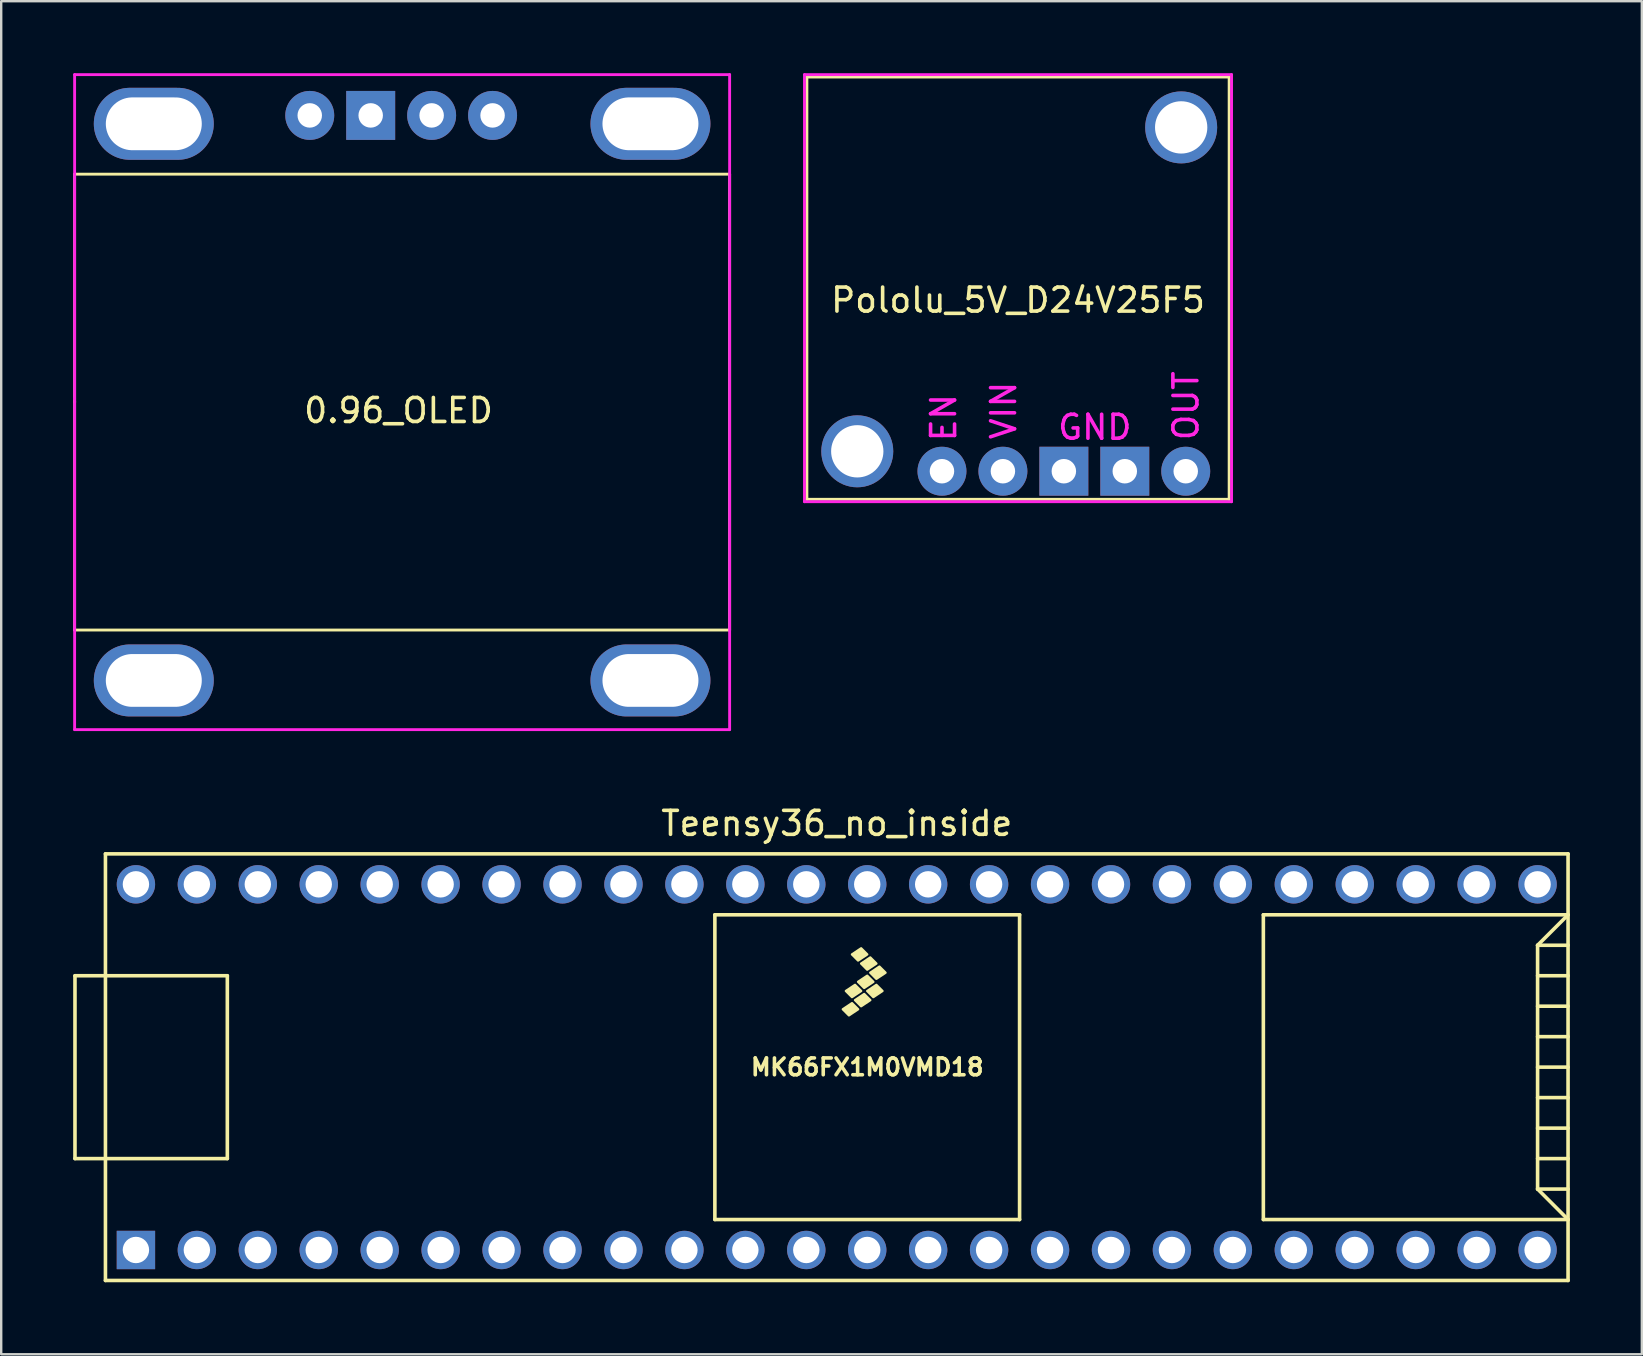
<source format=kicad_pcb>
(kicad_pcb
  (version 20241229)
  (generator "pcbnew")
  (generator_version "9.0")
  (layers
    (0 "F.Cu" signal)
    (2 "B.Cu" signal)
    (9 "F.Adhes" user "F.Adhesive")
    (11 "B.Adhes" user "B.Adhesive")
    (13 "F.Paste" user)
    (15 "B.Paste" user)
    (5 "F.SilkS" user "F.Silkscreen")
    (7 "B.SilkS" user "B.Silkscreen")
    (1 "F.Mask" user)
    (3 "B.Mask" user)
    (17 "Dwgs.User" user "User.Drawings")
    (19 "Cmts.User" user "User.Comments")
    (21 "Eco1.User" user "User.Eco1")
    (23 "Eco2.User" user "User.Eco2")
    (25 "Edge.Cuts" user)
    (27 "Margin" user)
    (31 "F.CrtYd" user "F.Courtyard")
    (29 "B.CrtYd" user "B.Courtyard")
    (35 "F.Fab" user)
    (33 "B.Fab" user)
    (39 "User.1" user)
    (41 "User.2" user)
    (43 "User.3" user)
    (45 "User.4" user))
  (footprint "0.96_OLED"
    (layer "F.Cu")
    (at 13.56 13.56)
    (property "Reference" "0.96_OLED" (at 0 0.5 0) (layer "F.SilkS") (effects (font (size 1 1) (thickness 0.15))))
    (attr through_hole)
    (fp_line (start -13.5 -9.35) (end 13.8 -9.35) (stroke (width 0.12) (type solid)) (layer "F.SilkS"))
    (fp_line (start -13.5 0.1) (end -13.5 0.15) (stroke (width 0.12) (type solid)) (layer "F.SilkS"))
    (fp_line (start -13.5 0.15) (end -13.5 -9.35) (stroke (width 0.12) (type solid)) (layer "F.SilkS"))
    (fp_line (start -13.5 9.65) (end -13.5 0.15) (stroke (width 0.12) (type solid)) (layer "F.SilkS"))
    (fp_line (start 13.8 -9.35) (end 13.8 9.65) (stroke (width 0.12) (type solid)) (layer "F.SilkS"))
    (fp_line (start 13.8 9.65) (end -13.5 9.65) (stroke (width 0.12) (type solid)) (layer "F.SilkS"))
    (fp_line (start -13.5 -13.5) (end 13.8 -13.5) (stroke (width 0.12) (type solid)) (layer "F.CrtYd"))
    (fp_line (start -13.5 0) (end -13.5 -13.5) (stroke (width 0.12) (type solid)) (layer "F.CrtYd"))
    (fp_line (start -13.5 13.8) (end -13.5 0) (stroke (width 0.12) (type solid)) (layer "F.CrtYd"))
    (fp_line (start 13.8 -13.5) (end 13.8 13.8) (stroke (width 0.12) (type solid)) (layer "F.CrtYd"))
    (fp_line (start 13.8 13.8) (end -13.5 13.8) (stroke (width 0.12) (type solid)) (layer "F.CrtYd"))
    (pad "1" thru_hole circle (at -3.7 -11.8) (size 2.04 2.04) (drill 1.02) (layers "*.Cu" "*.Mask"))
    (pad "2" thru_hole rect (at -1.16 -11.8) (size 2.04 2.04) (drill 1.02) (layers "*.Cu" "*.Mask"))
    (pad "3" thru_hole circle (at 1.38 -11.8) (size 2.04 2.04) (drill 1.02) (layers "*.Cu" "*.Mask"))
    (pad "4" thru_hole circle (at 3.92 -11.8) (size 2.04 2.04) (drill 1.02) (layers "*.Cu" "*.Mask"))
    (pad "MP" thru_hole oval (at -10.2 -11.45) (size 5 3) (drill oval 4 2.2) (layers "*.Cu" "*.Mask"))
    (pad "MP" thru_hole oval (at -10.2 11.75) (size 5 3) (drill oval 4 2.2) (layers "*.Cu" "*.Mask"))
    (pad "MP" thru_hole oval (at 10.5 -11.45) (size 5 3) (drill oval 4 2.2) (layers "*.Cu" "*.Mask"))
    (pad "MP" thru_hole oval (at 10.5 11.75) (size 5 3) (drill oval 4 2.2) (layers "*.Cu" "*.Mask")))
  (footprint "Pololu_5V_D24V25F5"
    (layer "F.Cu")
    (at 39.38 8.96)
    (property "Reference" "Pololu_5V_D24V25F5" (at 0 0.5 0) (layer "F.SilkS") (effects (font (size 1 1) (thickness 0.15))))
    (attr through_hole)
    (fp_line (start -8.8 -8.8) (end 8.8 -8.8) (stroke (width 0.12) (type solid)) (layer "F.SilkS"))
    (fp_line (start -8.8 8.8) (end -8.8 -8.8) (stroke (width 0.12) (type solid)) (layer "F.SilkS"))
    (fp_line (start 8.8 -8.8) (end 8.8 8.8) (stroke (width 0.12) (type solid)) (layer "F.SilkS"))
    (fp_line (start 8.8 8.8) (end -8.8 8.8) (stroke (width 0.12) (type solid)) (layer "F.SilkS"))
    (fp_line (start -8.9 -8.9) (end 8.9 -8.9) (stroke (width 0.12) (type solid)) (layer "F.CrtYd"))
    (fp_line (start -8.9 8.9) (end -8.9 -8.9) (stroke (width 0.12) (type solid)) (layer "F.CrtYd"))
    (fp_line (start 8.9 -8.9) (end 8.9 8.9) (stroke (width 0.12) (type solid)) (layer "F.CrtYd"))
    (fp_line (start 8.9 8.9) (end -8.9 8.9) (stroke (width 0.12) (type solid)) (layer "F.CrtYd"))
    (fp_text user "OUT" (at 7 4.9 90) (layer "F.CrtYd") (effects (font (size 1 1) (thickness 0.15))))
    (fp_text user "EN" (at -3.1 5.4 270) (layer "F.CrtYd") (effects (font (size 1 1) (thickness 0.15))))
    (fp_text user "GND" (at 3.2 5.8 0) (layer "F.CrtYd") (effects (font (size 1 1) (thickness 0.15))))
    (fp_text user "VIN" (at -0.6 5.1 90) (layer "F.CrtYd") (effects (font (size 1 1) (thickness 0.15))))
    (pad "1" thru_hole circle (at -3.17 7.63) (size 2.04 2.04) (drill 1.02) (layers "*.Cu" "*.Mask"))
    (pad "2" thru_hole circle (at -0.63 7.63) (size 2.04 2.04) (drill 1.02) (layers "*.Cu" "*.Mask"))
    (pad "3" thru_hole rect (at 1.91 7.63) (size 2.04 2.04) (drill 1.02) (layers "*.Cu" "*.Mask"))
    (pad "4" thru_hole rect (at 4.45 7.63) (size 2.04 2.04) (drill 1.02) (layers "*.Cu" "*.Mask"))
    (pad "5" thru_hole circle (at 6.99 7.63) (size 2.04 2.04) (drill 1.02) (layers "*.Cu" "*.Mask"))
    (pad "M" thru_hole circle (at -6.7 6.8) (size 3 3) (drill 2.18) (layers "*.Cu" "*.Mask"))
    (pad "M" thru_hole circle (at 6.8 -6.7) (size 3 3) (drill 2.18) (layers "*.Cu" "*.Mask")))
  (footprint "Teensy36_no_inside"
    (layer "F.Cu")
    (at 31.825 41.428)
    (property "Reference" "Teensy36_no_inside" (at 0 -10.16 0) (layer "F.SilkS") (effects (font (size 1 1) (thickness 0.15))))
    (attr through_hole)
    (fp_line (start -31.75 -3.81) (end -30.48 -3.81) (stroke (width 0.15) (type solid)) (layer "F.SilkS"))
    (fp_line (start -31.75 3.81) (end -31.75 -3.81) (stroke (width 0.15) (type solid)) (layer "F.SilkS"))
    (fp_line (start -30.48 3.81) (end -31.75 3.81) (stroke (width 0.15) (type solid)) (layer "F.SilkS"))
    (fp_line (start -30.48 8.89) (end -30.48 -8.89) (stroke (width 0.15) (type solid)) (layer "F.SilkS"))
    (fp_line (start -30.48 8.89) (end 30.48 8.89) (stroke (width 0.15) (type solid)) (layer "F.SilkS"))
    (fp_line (start -25.4 -3.81) (end -30.48 -3.81) (stroke (width 0.15) (type solid)) (layer "F.SilkS"))
    (fp_line (start -25.4 3.81) (end -30.48 3.81) (stroke (width 0.15) (type solid)) (layer "F.SilkS"))
    (fp_line (start -25.4 3.81) (end -25.4 -3.81) (stroke (width 0.15) (type solid)) (layer "F.SilkS"))
    (fp_line (start -5.08 -6.35) (end -5.08 6.35) (stroke (width 0.15) (type solid)) (layer "F.SilkS"))
    (fp_line (start -5.08 -6.35) (end 7.62 -6.35) (stroke (width 0.15) (type solid)) (layer "F.SilkS"))
    (fp_line (start -5.08 6.35) (end 7.62 6.35) (stroke (width 0.15) (type solid)) (layer "F.SilkS"))
    (fp_line (start 7.62 6.35) (end 7.62 -6.35) (stroke (width 0.15) (type solid)) (layer "F.SilkS"))
    (fp_line (start 17.78 -6.35) (end 17.78 6.35) (stroke (width 0.15) (type solid)) (layer "F.SilkS"))
    (fp_line (start 17.78 6.35) (end 30.48 6.35) (stroke (width 0.15) (type solid)) (layer "F.SilkS"))
    (fp_line (start 29.21 -5.08) (end 30.48 -6.35) (stroke (width 0.15) (type solid)) (layer "F.SilkS"))
    (fp_line (start 29.21 -5.08) (end 30.48 -5.08) (stroke (width 0.15) (type solid)) (layer "F.SilkS"))
    (fp_line (start 29.21 -3.81) (end 30.48 -3.81) (stroke (width 0.15) (type solid)) (layer "F.SilkS"))
    (fp_line (start 29.21 -2.54) (end 30.48 -2.54) (stroke (width 0.15) (type solid)) (layer "F.SilkS"))
    (fp_line (start 29.21 -1.27) (end 30.48 -1.27) (stroke (width 0.15) (type solid)) (layer "F.SilkS"))
    (fp_line (start 29.21 0) (end 30.48 0) (stroke (width 0.15) (type solid)) (layer "F.SilkS"))
    (fp_line (start 29.21 1.27) (end 30.48 1.27) (stroke (width 0.15) (type solid)) (layer "F.SilkS"))
    (fp_line (start 29.21 2.54) (end 30.48 2.54) (stroke (width 0.15) (type solid)) (layer "F.SilkS"))
    (fp_line (start 29.21 3.81) (end 30.48 3.81) (stroke (width 0.15) (type solid)) (layer "F.SilkS"))
    (fp_line (start 29.21 5.08) (end 29.21 -5.08) (stroke (width 0.15) (type solid)) (layer "F.SilkS"))
    (fp_line (start 29.21 5.08) (end 30.48 5.08) (stroke (width 0.15) (type solid)) (layer "F.SilkS"))
    (fp_line (start 30.48 -8.89) (end -30.48 -8.89) (stroke (width 0.15) (type solid)) (layer "F.SilkS"))
    (fp_line (start 30.48 -8.89) (end 30.48 8.89) (stroke (width 0.15) (type solid)) (layer "F.SilkS"))
    (fp_line (start 30.48 -6.35) (end 17.78 -6.35) (stroke (width 0.15) (type solid)) (layer "F.SilkS"))
    (fp_line (start 30.48 6.35) (end 29.21 5.08) (stroke (width 0.15) (type solid)) (layer "F.SilkS"))
    (fp_poly (pts (xy 0.635 -2.667) (xy 0.889 -2.413) (xy 0.508 -2.159) (xy 0.254 -2.413)) (stroke (width 0.1) (type solid)) (fill yes) (layer "F.SilkS"))
    (fp_poly (pts (xy 0.762 -3.429) (xy 1.016 -3.175) (xy 0.635 -2.921) (xy 0.381 -3.175)) (stroke (width 0.1) (type solid)) (fill yes) (layer "F.SilkS"))
    (fp_poly (pts (xy 1.016 -4.953) (xy 1.27 -4.699) (xy 0.889 -4.445) (xy 0.635 -4.699)) (stroke (width 0.1) (type solid)) (fill yes) (layer "F.SilkS"))
    (fp_poly (pts (xy 1.143 -3.048) (xy 1.397 -2.794) (xy 1.016 -2.54) (xy 0.762 -2.794)) (stroke (width 0.1) (type solid)) (fill yes) (layer "F.SilkS"))
    (fp_poly (pts (xy 1.27 -3.81) (xy 1.524 -3.556) (xy 1.143 -3.302) (xy 0.889 -3.556)) (stroke (width 0.1) (type solid)) (fill yes) (layer "F.SilkS"))
    (fp_poly (pts (xy 1.397 -4.572) (xy 1.651 -4.318) (xy 1.27 -4.064) (xy 1.016 -4.318)) (stroke (width 0.1) (type solid)) (fill yes) (layer "F.SilkS"))
    (fp_poly (pts (xy 1.651 -3.429) (xy 1.905 -3.175) (xy 1.524 -2.921) (xy 1.27 -3.175)) (stroke (width 0.1) (type solid)) (fill yes) (layer "F.SilkS"))
    (fp_poly (pts (xy 1.778 -4.191) (xy 2.032 -3.937) (xy 1.651 -3.683) (xy 1.397 -3.937)) (stroke (width 0.1) (type solid)) (fill yes) (layer "F.SilkS"))
    (fp_text user "MK66FX1M0VMD18" (at 1.27 0 0) (layer "F.SilkS") (effects (font (size 0.7 0.7) (thickness 0.15))))
    (pad "1" thru_hole rect (at -29.21 7.62) (size 1.6 1.6) (drill 1.1) (layers "*.Cu" "*.Mask"))
    (pad "2" thru_hole circle (at -26.67 7.62) (size 1.6 1.6) (drill 1.1) (layers "*.Cu" "*.Mask"))
    (pad "3" thru_hole circle (at -24.13 7.62) (size 1.6 1.6) (drill 1.1) (layers "*.Cu" "*.Mask"))
    (pad "4" thru_hole circle (at -21.59 7.62) (size 1.6 1.6) (drill 1.1) (layers "*.Cu" "*.Mask"))
    (pad "5" thru_hole circle (at -19.05 7.62) (size 1.6 1.6) (drill 1.1) (layers "*.Cu" "*.Mask"))
    (pad "6" thru_hole circle (at -16.51 7.62) (size 1.6 1.6) (drill 1.1) (layers "*.Cu" "*.Mask"))
    (pad "7" thru_hole circle (at -13.97 7.62) (size 1.6 1.6) (drill 1.1) (layers "*.Cu" "*.Mask"))
    (pad "8" thru_hole circle (at -11.43 7.62) (size 1.6 1.6) (drill 1.1) (layers "*.Cu" "*.Mask"))
    (pad "9" thru_hole circle (at -8.89 7.62) (size 1.6 1.6) (drill 1.1) (layers "*.Cu" "*.Mask"))
    (pad "10" thru_hole circle (at -6.35 7.62) (size 1.6 1.6) (drill 1.1) (layers "*.Cu" "*.Mask"))
    (pad "11" thru_hole circle (at -3.81 7.62) (size 1.6 1.6) (drill 1.1) (layers "*.Cu" "*.Mask"))
    (pad "12" thru_hole circle (at -1.27 7.62) (size 1.6 1.6) (drill 1.1) (layers "*.Cu" "*.Mask"))
    (pad "13" thru_hole circle (at 1.27 7.62) (size 1.6 1.6) (drill 1.1) (layers "*.Cu" "*.Mask"))
    (pad "14" thru_hole circle (at 3.81 7.62) (size 1.6 1.6) (drill 1.1) (layers "*.Cu" "*.Mask"))
    (pad "15" thru_hole circle (at 6.35 7.62) (size 1.6 1.6) (drill 1.1) (layers "*.Cu" "*.Mask"))
    (pad "16" thru_hole circle (at 8.89 7.62) (size 1.6 1.6) (drill 1.1) (layers "*.Cu" "*.Mask"))
    (pad "17" thru_hole circle (at 11.43 7.62) (size 1.6 1.6) (drill 1.1) (layers "*.Cu" "*.Mask"))
    (pad "18" thru_hole circle (at 13.97 7.62) (size 1.6 1.6) (drill 1.1) (layers "*.Cu" "*.Mask"))
    (pad "19" thru_hole circle (at 16.51 7.62) (size 1.6 1.6) (drill 1.1) (layers "*.Cu" "*.Mask"))
    (pad "20" thru_hole circle (at 19.05 7.62) (size 1.6 1.6) (drill 1.1) (layers "*.Cu" "*.Mask"))
    (pad "21" thru_hole circle (at 21.59 7.62) (size 1.6 1.6) (drill 1.1) (layers "*.Cu" "*.Mask"))
    (pad "22" thru_hole circle (at 24.13 7.62) (size 1.6 1.6) (drill 1.1) (layers "*.Cu" "*.Mask"))
    (pad "23" thru_hole circle (at 26.67 7.62) (size 1.6 1.6) (drill 1.1) (layers "*.Cu" "*.Mask"))
    (pad "24" thru_hole circle (at 29.21 7.62) (size 1.6 1.6) (drill 1.1) (layers "*.Cu" "*.Mask"))
    (pad "30" thru_hole circle (at 29.21 -7.62) (size 1.6 1.6) (drill 1.1) (layers "*.Cu" "*.Mask"))
    (pad "31" thru_hole circle (at 26.67 -7.62) (size 1.6 1.6) (drill 1.1) (layers "*.Cu" "*.Mask"))
    (pad "32" thru_hole circle (at 24.13 -7.62) (size 1.6 1.6) (drill 1.1) (layers "*.Cu" "*.Mask"))
    (pad "33" thru_hole circle (at 21.59 -7.62) (size 1.6 1.6) (drill 1.1) (layers "*.Cu" "*.Mask"))
    (pad "34" thru_hole circle (at 19.05 -7.62) (size 1.6 1.6) (drill 1.1) (layers "*.Cu" "*.Mask"))
    (pad "35" thru_hole circle (at 16.51 -7.62) (size 1.6 1.6) (drill 1.1) (layers "*.Cu" "*.Mask"))
    (pad "36" thru_hole circle (at 13.97 -7.62) (size 1.6 1.6) (drill 1.1) (layers "*.Cu" "*.Mask"))
    (pad "37" thru_hole circle (at 11.43 -7.62) (size 1.6 1.6) (drill 1.1) (layers "*.Cu" "*.Mask"))
    (pad "38" thru_hole circle (at 8.89 -7.62) (size 1.6 1.6) (drill 1.1) (layers "*.Cu" "*.Mask"))
    (pad "39" thru_hole circle (at 6.35 -7.62) (size 1.6 1.6) (drill 1.1) (layers "*.Cu" "*.Mask"))
    (pad "40" thru_hole circle (at 3.81 -7.62) (size 1.6 1.6) (drill 1.1) (layers "*.Cu" "*.Mask"))
    (pad "41" thru_hole circle (at 1.27 -7.62) (size 1.6 1.6) (drill 1.1) (layers "*.Cu" "*.Mask"))
    (pad "42" thru_hole circle (at -1.27 -7.62) (size 1.6 1.6) (drill 1.1) (layers "*.Cu" "*.Mask"))
    (pad "43" thru_hole circle (at -3.81 -7.62) (size 1.6 1.6) (drill 1.1) (layers "*.Cu" "*.Mask"))
    (pad "44" thru_hole circle (at -6.35 -7.62) (size 1.6 1.6) (drill 1.1) (layers "*.Cu" "*.Mask"))
    (pad "45" thru_hole circle (at -8.89 -7.62) (size 1.6 1.6) (drill 1.1) (layers "*.Cu" "*.Mask"))
    (pad "46" thru_hole circle (at -11.43 -7.62) (size 1.6 1.6) (drill 1.1) (layers "*.Cu" "*.Mask"))
    (pad "47" thru_hole circle (at -13.97 -7.62) (size 1.6 1.6) (drill 1.1) (layers "*.Cu" "*.Mask"))
    (pad "48" thru_hole circle (at -16.51 -7.62) (size 1.6 1.6) (drill 1.1) (layers "*.Cu" "*.Mask"))
    (pad "49" thru_hole circle (at -19.05 -7.62) (size 1.6 1.6) (drill 1.1) (layers "*.Cu" "*.Mask"))
    (pad "50" thru_hole circle (at -21.59 -7.62) (size 1.6 1.6) (drill 1.1) (layers "*.Cu" "*.Mask"))
    (pad "51" thru_hole circle (at -24.13 -7.62) (size 1.6 1.6) (drill 1.1) (layers "*.Cu" "*.Mask"))
    (pad "52" thru_hole circle (at -26.67 -7.62) (size 1.6 1.6) (drill 1.1) (layers "*.Cu" "*.Mask"))
    (pad "53" thru_hole circle (at -29.21 -7.62) (size 1.6 1.6) (drill 1.1) (layers "*.Cu" "*.Mask")))
  (gr_rect
    (start -3 -3)
    (end 65.38 53.393)
    (stroke (width 0.1) (type default))
    (fill no)
    (layer "Edge.Cuts")))
</source>
